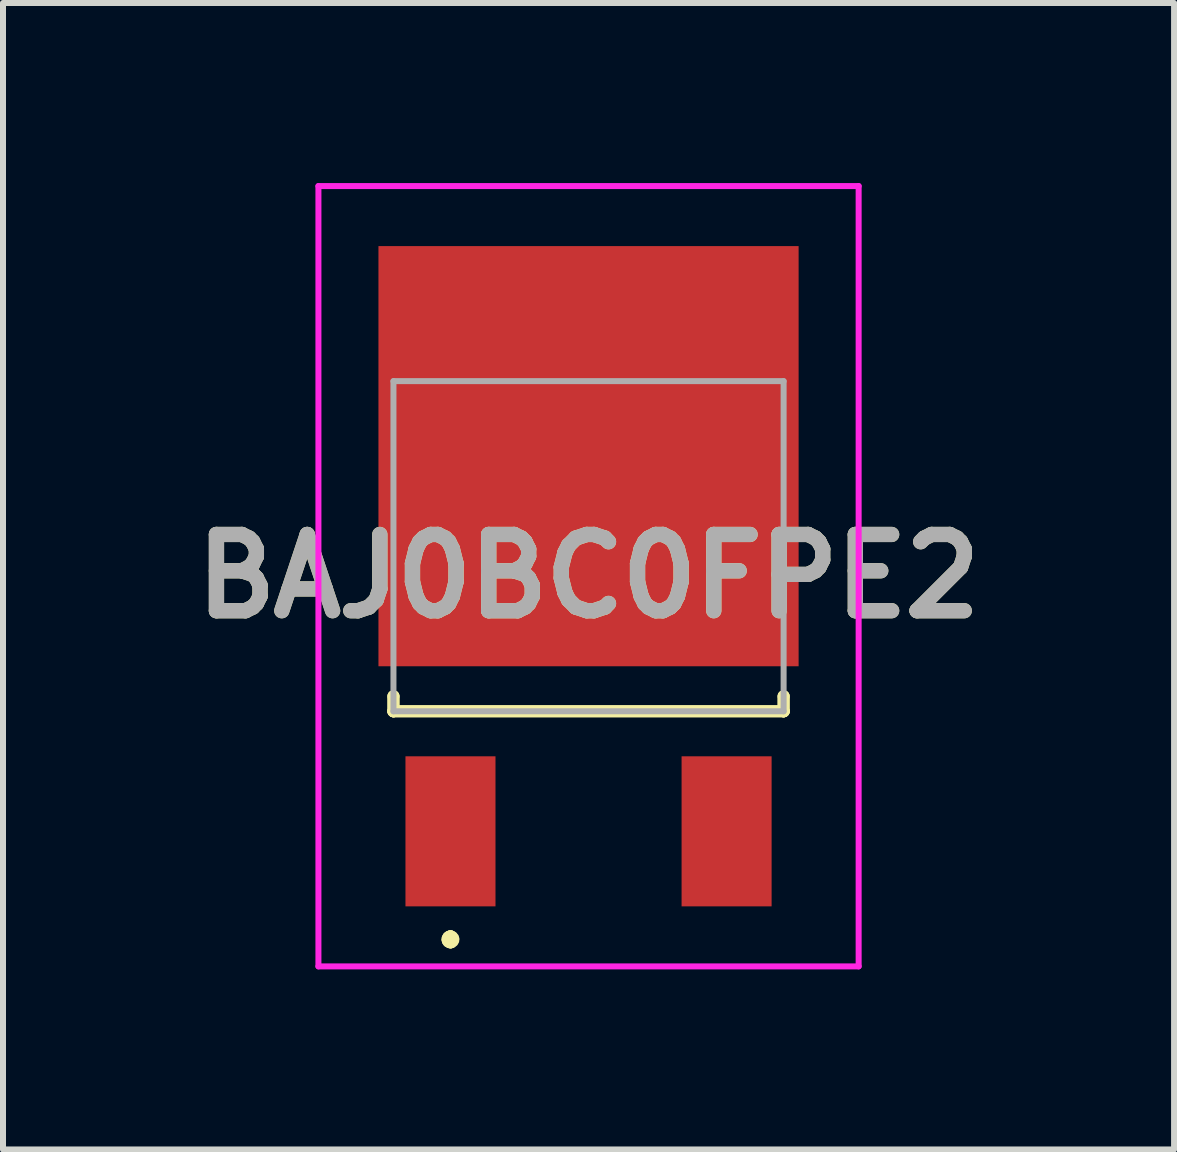
<source format=kicad_pcb>
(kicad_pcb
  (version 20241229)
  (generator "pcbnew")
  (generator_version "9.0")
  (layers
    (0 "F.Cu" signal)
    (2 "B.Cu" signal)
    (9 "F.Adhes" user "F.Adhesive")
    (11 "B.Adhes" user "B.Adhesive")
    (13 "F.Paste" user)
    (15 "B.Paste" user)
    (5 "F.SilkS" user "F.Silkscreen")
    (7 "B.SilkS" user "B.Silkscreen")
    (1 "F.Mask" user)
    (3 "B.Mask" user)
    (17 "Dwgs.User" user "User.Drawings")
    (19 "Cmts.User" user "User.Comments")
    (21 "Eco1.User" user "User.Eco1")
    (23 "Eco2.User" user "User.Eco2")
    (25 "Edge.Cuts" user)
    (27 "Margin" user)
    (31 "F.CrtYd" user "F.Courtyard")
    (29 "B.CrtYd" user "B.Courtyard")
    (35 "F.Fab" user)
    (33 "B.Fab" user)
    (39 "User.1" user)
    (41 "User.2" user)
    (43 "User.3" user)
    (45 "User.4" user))
  (footprint "BAJ0BC0FPE2"
    (layer "F.Cu")
    (at 6.755 6.05)
    (property "Reference" "BAJ0BC0FPE2" (at 0 0.5 0) (layer "F.SilkS") (effects (font (size 1.27 1.27) (thickness 0.254))))
    (attr smd)
    (fp_line (start -3.25 2.5) (end -3.25 2.5) (stroke (width 0.2) (type solid)) (layer "F.SilkS"))
    (fp_line (start -3.25 2.5) (end -3.25 2.75) (stroke (width 0.2) (type solid)) (layer "F.SilkS"))
    (fp_line (start -3.25 2.75) (end -3.25 2.5) (stroke (width 0.2) (type solid)) (layer "F.SilkS"))
    (fp_line (start -3.25 2.75) (end -3.25 2.75) (stroke (width 0.2) (type solid)) (layer "F.SilkS"))
    (fp_line (start -3.25 2.75) (end -3.25 2.75) (stroke (width 0.2) (type solid)) (layer "F.SilkS"))
    (fp_line (start -3.25 2.75) (end 3.25 2.75) (stroke (width 0.2) (type solid)) (layer "F.SilkS"))
    (fp_line (start -2.3 6.5) (end -2.3 6.5) (stroke (width 0.2) (type solid)) (layer "F.SilkS"))
    (fp_line (start -2.3 6.5) (end -2.3 6.5) (stroke (width 0.2) (type solid)) (layer "F.SilkS"))
    (fp_line (start -2.3 6.6) (end -2.3 6.6) (stroke (width 0.2) (type solid)) (layer "F.SilkS"))
    (fp_line (start 3.25 2.5) (end 3.25 2.5) (stroke (width 0.2) (type solid)) (layer "F.SilkS"))
    (fp_line (start 3.25 2.5) (end 3.25 2.75) (stroke (width 0.2) (type solid)) (layer "F.SilkS"))
    (fp_line (start 3.25 2.75) (end -3.25 2.75) (stroke (width 0.2) (type solid)) (layer "F.SilkS"))
    (fp_line (start 3.25 2.75) (end 3.25 2.5) (stroke (width 0.2) (type solid)) (layer "F.SilkS"))
    (fp_line (start 3.25 2.75) (end 3.25 2.75) (stroke (width 0.2) (type solid)) (layer "F.SilkS"))
    (fp_line (start 3.25 2.75) (end 3.25 2.75) (stroke (width 0.2) (type solid)) (layer "F.SilkS"))
    (fp_arc (start -2.3 6.5) (mid -2.25 6.55) (end -2.3 6.6) (stroke (width 0.2) (type solid)) (layer "F.SilkS"))
    (fp_arc (start -2.3 6.6) (mid -2.35 6.55) (end -2.3 6.5) (stroke (width 0.2) (type solid)) (layer "F.SilkS"))
    (fp_arc (start -2.3 6.6) (mid -2.35 6.55) (end -2.3 6.5) (stroke (width 0.2) (type solid)) (layer "F.SilkS"))
    (fp_line (start -4.5 -6) (end 4.5 -6) (stroke (width 0.1) (type solid)) (layer "F.CrtYd"))
    (fp_line (start -4.5 7) (end -4.5 -6) (stroke (width 0.1) (type solid)) (layer "F.CrtYd"))
    (fp_line (start 4.5 -6) (end 4.5 7) (stroke (width 0.1) (type solid)) (layer "F.CrtYd"))
    (fp_line (start 4.5 7) (end -4.5 7) (stroke (width 0.1) (type solid)) (layer "F.CrtYd"))
    (fp_line (start -3.25 -2.75) (end -3.25 2.75) (stroke (width 0.1) (type solid)) (layer "F.Fab"))
    (fp_line (start -3.25 2.75) (end 3.25 2.75) (stroke (width 0.1) (type solid)) (layer "F.Fab"))
    (fp_line (start 3.25 -2.75) (end -3.25 -2.75) (stroke (width 0.1) (type solid)) (layer "F.Fab"))
    (fp_line (start 3.25 2.75) (end 3.25 -2.75) (stroke (width 0.1) (type solid)) (layer "F.Fab"))
    (fp_text user "${REFERENCE}" (at 0 0.5 0) (layer "F.Fab") (effects (font (size 1.27 1.27) (thickness 0.254))))
    (pad "1" smd rect (at -2.3 4.75) (size 1.5 2.5) (layers "F.Cu" "F.Mask" "F.Paste"))
    (pad "2" smd rect (at 0 -1.5 90) (size 7 7) (layers "F.Cu" "F.Mask" "F.Paste"))
    (pad "3" smd rect (at 2.3 4.75) (size 1.5 2.5) (layers "F.Cu" "F.Mask" "F.Paste")))
  (gr_rect
    (start -3 -3)
    (end 16.51 16.1)
    (stroke (width 0.1) (type default))
    (fill no)
    (layer "Edge.Cuts")))
</source>
